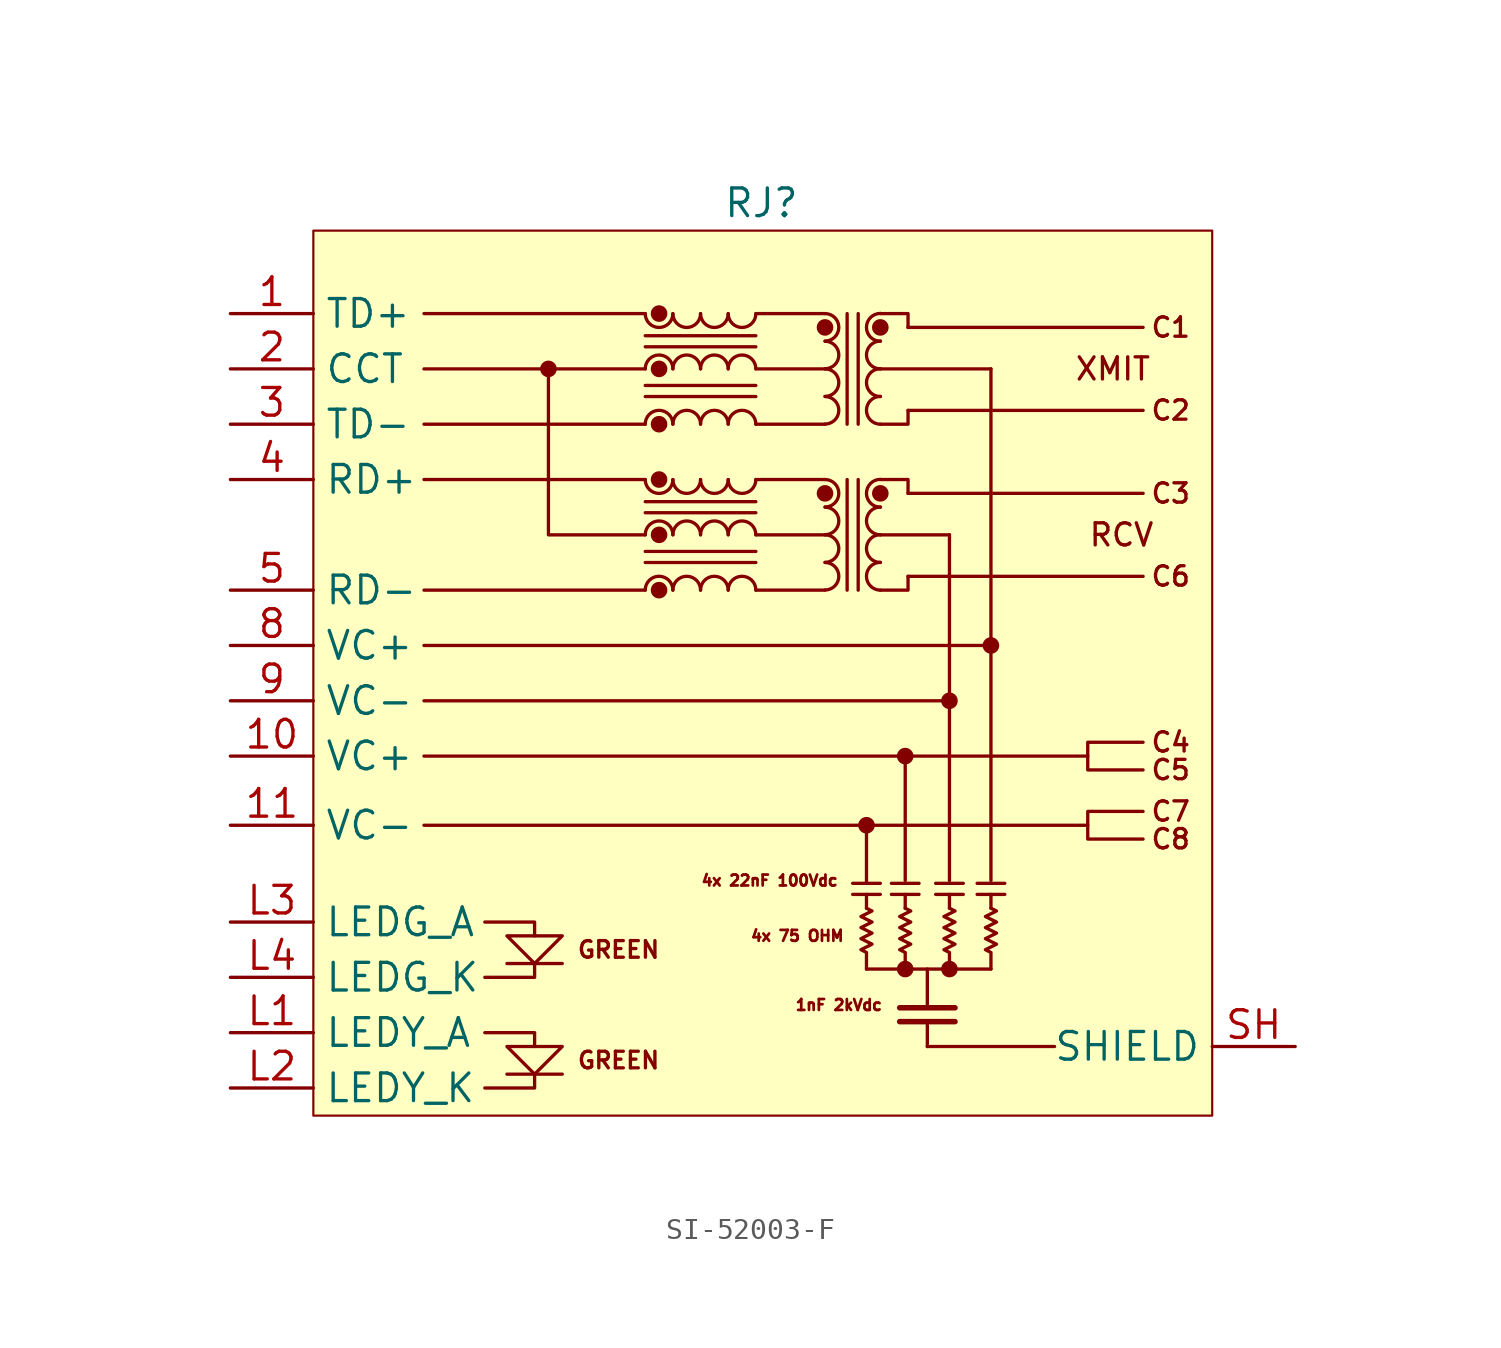
<source format=kicad_sym>
(kicad_symbol_lib
  (version 20220914)
  (generator kicad_symbol_editor)
  (symbol "SI-52003-F"
    (property "Reference" "RJ"
      (at 0.254 22.225 0)
      (effects (font (size 1.27 1.27))))
    (property "Value" ""
      (at -25.4 16.51 0)
      (effects (font (size 1.27 1.27))))
    (symbol "SI-52003-F_0_0"
      (circle (center -9.525 14.605) (radius 0.254) (stroke (width 0.254) (type default)) (fill (type outline)))
      (circle (center -4.445 4.445) (radius 0.254) (stroke (width 0.254) (type default)) (fill (type outline)))
      (circle (center -4.445 6.985) (radius 0.254) (stroke (width 0.254) (type default)) (fill (type outline)))
      (circle (center -4.445 9.525) (radius 0.254) (stroke (width 0.254) (type default)) (fill (type outline)))
      (circle (center -4.445 12.065) (radius 0.254) (stroke (width 0.254) (type default)) (fill (type outline)))
      (circle (center -4.445 14.605) (radius 0.254) (stroke (width 0.254) (type default)) (fill (type outline)))
      (circle (center -4.445 17.145) (radius 0.254) (stroke (width 0.254) (type default)) (fill (type outline)))
      (polyline (pts (xy -8.89 -17.78) (xy -11.43 -17.78)) (stroke (width 0) (type default)) (fill (type none)))
      (polyline (pts (xy -8.89 -12.7) (xy -11.43 -12.7)) (stroke (width 0) (type default)) (fill (type none)))
      (polyline (pts (xy 9.144 -15.367) (xy 6.604 -15.367)) (stroke (width 0.254) (type default)) (fill (type none)))
      (polyline (pts (xy 9.144 -14.732) (xy 6.604 -14.732)) (stroke (width 0.254) (type default)) (fill (type none)))
      (polyline (pts (xy -12.446 -18.415) (xy -10.16 -18.415) (xy -10.16 -17.78)) (stroke (width 0) (type default)) (fill (type none)))
      (polyline (pts (xy -12.446 -15.875) (xy -10.16 -15.875) (xy -10.16 -16.51)) (stroke (width 0) (type default)) (fill (type none)))
      (polyline (pts (xy -12.446 -10.795) (xy -10.16 -10.795) (xy -10.16 -11.43)) (stroke (width 0) (type default)) (fill (type none)))
      (polyline (pts (xy -10.16 -12.7) (xy -10.16 -13.335) (xy -12.446 -13.335)) (stroke (width 0) (type default)) (fill (type none)))
      (polyline (pts (xy -11.43 -11.43) (xy -8.89 -11.43) (xy -10.16 -12.7) (xy -11.43 -11.43)) (stroke (width 0) (type default)) (fill (type none)))
      (polyline (pts (xy -8.89 -16.51) (xy -11.43 -16.51) (xy -10.16 -17.78) (xy -8.89 -16.51)) (stroke (width 0) (type default)) (fill (type none)))
      (polyline (pts (xy 17.78 -5.715) (xy 15.24 -5.715) (xy 15.24 -6.985) (xy 17.78 -6.985)) (stroke (width 0) (type default)) (fill (type none)))
      (polyline (pts (xy 17.78 -2.54) (xy 15.24 -2.54) (xy 15.24 -3.81) (xy 17.78 -3.81)) (stroke (width 0) (type default)) (fill (type none)))
      (circle (center 3.175 8.89) (radius 0.254) (stroke (width 0.254) (type default)) (fill (type outline)))
      (circle (center 3.175 16.51) (radius 0.254) (stroke (width 0.254) (type default)) (fill (type outline)))
      (circle (center 5.08 -6.35) (radius 0.254) (stroke (width 0.254) (type default)) (fill (type outline)))
      (circle (center 5.715 8.89) (radius 0.254) (stroke (width 0.254) (type default)) (fill (type outline)))
      (circle (center 5.715 16.51) (radius 0.254) (stroke (width 0.254) (type default)) (fill (type outline)))
      (circle (center 6.858 -12.954) (radius 0.254) (stroke (width 0.254) (type default)) (fill (type outline)))
      (circle (center 6.858 -3.175) (radius 0.254) (stroke (width 0.254) (type default)) (fill (type outline)))
      (circle (center 8.89 -12.954) (radius 0.254) (stroke (width 0.254) (type default)) (fill (type outline)))
      (circle (center 8.89 -0.635) (radius 0.254) (stroke (width 0.254) (type default)) (fill (type outline)))
      (circle (center 10.795 1.905) (radius 0.254) (stroke (width 0.254) (type default)) (fill (type outline)))
      (text "C1" (at 19.05 16.51 0) (effects (font (size 0.889 0.889))))
      (text "C2" (at 19.05 12.7 0) (effects (font (size 0.889 0.889))))
      (text "C3" (at 19.05 8.89 0) (effects (font (size 0.889 0.889))))
      (text "C4" (at 19.05 -2.54 0) (effects (font (size 0.889 0.889))))
      (text "C5" (at 19.05 -3.81 0) (effects (font (size 0.889 0.889))))
      (text "C6" (at 19.05 5.08 0) (effects (font (size 0.889 0.889))))
      (text "C7" (at 19.05 -5.715 0) (effects (font (size 0.889 0.889))))
      (text "C8" (at 19.05 -6.985 0) (effects (font (size 0.889 0.889))))
      (text "GREEN" (at -8.255 -17.145 0) (effects (font (size 0.762 0.762)) (justify left)))
      (text "GREEN" (at -8.255 -12.065 0) (effects (font (size 0.762 0.762)) (justify left)))
      (text "RCV" (at 15.24 6.985 0) (effects (font (size 1.016 1.016)) (justify left)))
      (text "XMIT" (at 14.605 14.605 0) (effects (font (size 1.016 1.016)) (justify left))))
    (symbol "SI-52003-F_0_1"
      (arc (start -5.08 9.5223) (mid -4.445 8.89) (end -3.81 9.5223) (stroke (width 0) (type default)) (fill (type none)))
      (arc (start -5.08 17.1423) (mid -4.445 16.51) (end -3.81 17.1423) (stroke (width 0) (type default)) (fill (type none)))
      (arc (start -3.81 4.4477) (mid -4.445 5.08) (end -5.08 4.4477) (stroke (width 0) (type default)) (fill (type none)))
      (arc (start -3.81 6.9877) (mid -4.445 7.62) (end -5.08 6.9877) (stroke (width 0) (type default)) (fill (type none)))
      (arc (start -3.81 9.5223) (mid -3.175 8.89) (end -2.54 9.5223) (stroke (width 0) (type default)) (fill (type none)))
      (arc (start -3.81 12.0677) (mid -4.445 12.7) (end -5.08 12.0677) (stroke (width 0) (type default)) (fill (type none)))
      (arc (start -3.81 14.6077) (mid -4.445 15.24) (end -5.08 14.6077) (stroke (width 0) (type default)) (fill (type none)))
      (arc (start -3.81 17.1423) (mid -3.175 16.51) (end -2.54 17.1423) (stroke (width 0) (type default)) (fill (type none)))
      (arc (start -2.54 4.4477) (mid -3.175 5.08) (end -3.81 4.4477) (stroke (width 0) (type default)) (fill (type none)))
      (arc (start -2.54 6.9877) (mid -3.175 7.62) (end -3.81 6.9877) (stroke (width 0) (type default)) (fill (type none)))
      (arc (start -2.54 9.5223) (mid -1.905 8.89) (end -1.27 9.5223) (stroke (width 0) (type default)) (fill (type none)))
      (arc (start -2.54 12.0677) (mid -3.175 12.7) (end -3.81 12.0677) (stroke (width 0) (type default)) (fill (type none)))
      (arc (start -2.54 14.6077) (mid -3.175 15.24) (end -3.81 14.6077) (stroke (width 0) (type default)) (fill (type none)))
      (arc (start -2.54 17.1423) (mid -1.905 16.51) (end -1.27 17.1423) (stroke (width 0) (type default)) (fill (type none)))
      (arc (start -1.27 4.4477) (mid -1.905 5.08) (end -2.54 4.4477) (stroke (width 0) (type default)) (fill (type none)))
      (arc (start -1.27 6.9877) (mid -1.905 7.62) (end -2.54 6.9877) (stroke (width 0) (type default)) (fill (type none)))
      (arc (start -1.27 9.5223) (mid -0.635 8.89) (end 0 9.5223) (stroke (width 0) (type default)) (fill (type none)))
      (arc (start -1.27 12.0677) (mid -1.905 12.7) (end -2.54 12.0677) (stroke (width 0) (type default)) (fill (type none)))
      (arc (start -1.27 14.6077) (mid -1.905 15.24) (end -2.54 14.6077) (stroke (width 0) (type default)) (fill (type none)))
      (arc (start -1.27 17.1423) (mid -0.635 16.51) (end 0 17.1423) (stroke (width 0) (type default)) (fill (type none)))
      (polyline (pts (xy 3.178 4.445) (xy 0 4.445)) (stroke (width 0) (type default)) (fill (type none)))
      (polyline (pts (xy 3.178 6.985) (xy 0 6.985)) (stroke (width 0) (type default)) (fill (type none)))
      (polyline (pts (xy 3.178 9.525) (xy 0 9.525)) (stroke (width 0) (type default)) (fill (type none)))
      (polyline (pts (xy 3.178 12.065) (xy 0 12.065)) (stroke (width 0) (type default)) (fill (type none)))
      (polyline (pts (xy 3.178 14.605) (xy 0 14.605)) (stroke (width 0) (type default)) (fill (type none)))
      (polyline (pts (xy 3.178 17.145) (xy 0 17.145)) (stroke (width 0) (type default)) (fill (type none)))
      (polyline (pts (xy 6.985 5.08) (xy 17.783 5.08)) (stroke (width 0) (type default)) (fill (type none)))
      (polyline (pts (xy 6.985 8.89) (xy 17.783 8.89)) (stroke (width 0) (type default)) (fill (type none)))
      (polyline (pts (xy 6.985 12.7) (xy 17.783 12.7)) (stroke (width 0) (type default)) (fill (type none)))
      (polyline (pts (xy 6.985 16.51) (xy 17.783 16.51)) (stroke (width 0) (type default)) (fill (type none)))
      (polyline (pts (xy 8.89 6.985) (xy 5.718 6.985)) (stroke (width 0) (type default)) (fill (type none)))
      (polyline (pts (xy 10.795 14.605) (xy 5.718 14.605)) (stroke (width 0) (type default)) (fill (type none)))
      (polyline (pts (xy 5.718 9.525) (xy 6.988 9.525) (xy 6.988 8.89)) (stroke (width 0) (type default)) (fill (type none)))
      (polyline (pts (xy 5.718 17.145) (xy 6.988 17.145) (xy 6.988 16.51)) (stroke (width 0) (type default)) (fill (type none)))
      (polyline (pts (xy 6.988 5.08) (xy 6.988 4.445) (xy 5.718 4.445)) (stroke (width 0) (type default)) (fill (type none)))
      (polyline (pts (xy 6.988 12.7) (xy 6.988 12.065) (xy 5.718 12.065)) (stroke (width 0) (type default)) (fill (type none)))
      (arc (start 0 4.4477) (mid -0.635 5.08) (end -1.27 4.4477) (stroke (width 0) (type default)) (fill (type none)))
      (arc (start 0 6.9877) (mid -0.635 7.62) (end -1.27 6.9877) (stroke (width 0) (type default)) (fill (type none)))
      (arc (start 0 12.0677) (mid -0.635 12.7) (end -1.27 12.0677) (stroke (width 0) (type default)) (fill (type none)))
      (arc (start 0 14.6077) (mid -0.635 15.24) (end -1.27 14.6077) (stroke (width 0) (type default)) (fill (type none)))
      (arc (start 3.1777 4.445) (mid 3.81 5.08) (end 3.1777 5.715) (stroke (width 0) (type default)) (fill (type none)))
      (arc (start 3.1777 5.715) (mid 3.81 6.35) (end 3.1777 6.985) (stroke (width 0) (type default)) (fill (type none)))
      (arc (start 3.1777 6.985) (mid 3.81 7.62) (end 3.1777 8.255) (stroke (width 0) (type default)) (fill (type none)))
      (arc (start 3.1777 8.255) (mid 3.81 8.89) (end 3.1777 9.525) (stroke (width 0) (type default)) (fill (type none)))
      (arc (start 3.1777 12.065) (mid 3.81 12.7) (end 3.1777 13.335) (stroke (width 0) (type default)) (fill (type none)))
      (arc (start 3.1777 13.335) (mid 3.81 13.97) (end 3.1777 14.605) (stroke (width 0) (type default)) (fill (type none)))
      (arc (start 3.1777 14.605) (mid 3.81 15.24) (end 3.1777 15.875) (stroke (width 0) (type default)) (fill (type none)))
      (arc (start 3.1777 15.875) (mid 3.81 16.51) (end 3.1777 17.145) (stroke (width 0) (type default)) (fill (type none)))
      (arc (start 5.7177 5.715) (mid 5.085 5.08) (end 5.7177 4.445) (stroke (width 0) (type default)) (fill (type none)))
      (arc (start 5.7177 6.985) (mid 5.085 6.35) (end 5.7177 5.715) (stroke (width 0) (type default)) (fill (type none)))
      (arc (start 5.7177 8.255) (mid 5.085 7.62) (end 5.7177 6.985) (stroke (width 0) (type default)) (fill (type none)))
      (arc (start 5.7177 9.525) (mid 5.085 8.89) (end 5.7177 8.255) (stroke (width 0) (type default)) (fill (type none)))
      (arc (start 5.7177 13.335) (mid 5.085 12.7) (end 5.7177 12.065) (stroke (width 0) (type default)) (fill (type none)))
      (arc (start 5.7177 14.605) (mid 5.085 13.97) (end 5.7177 13.335) (stroke (width 0) (type default)) (fill (type none)))
      (arc (start 5.7177 15.875) (mid 5.085 15.24) (end 5.7177 14.605) (stroke (width 0) (type default)) (fill (type none)))
      (arc (start 5.7177 17.145) (mid 5.085 16.51) (end 5.7177 15.875) (stroke (width 0) (type default)) (fill (type none))))
    (symbol "SI-52003-F_1_1"
      (rectangle (start -20.32 20.955) (end 20.955 -19.685) (stroke (width 0.1) (type solid)) (fill (type background)))
      (polyline (pts (xy -15.24 -6.35) (xy 15.24 -6.35)) (stroke (width 0) (type default)) (fill (type none)))
      (polyline (pts (xy -15.24 -3.175) (xy 15.24 -3.175)) (stroke (width 0) (type default)) (fill (type none)))
      (polyline (pts (xy -15.24 -0.635) (xy 8.89 -0.635)) (stroke (width 0) (type default)) (fill (type none)))
      (polyline (pts (xy -15.24 1.905) (xy 10.795 1.905)) (stroke (width 0) (type default)) (fill (type none)))
      (polyline (pts (xy -5.08 4.445) (xy -15.24 4.445)) (stroke (width 0) (type default)) (fill (type none)))
      (polyline (pts (xy -5.08 5.715) (xy 0 5.715)) (stroke (width 0) (type default)) (fill (type none)))
      (polyline (pts (xy -5.08 6.223) (xy 0 6.223)) (stroke (width 0) (type default)) (fill (type none)))
      (polyline (pts (xy -5.08 8.001) (xy 0 8.001)) (stroke (width 0) (type default)) (fill (type none)))
      (polyline (pts (xy -5.08 8.509) (xy 0 8.509)) (stroke (width 0) (type default)) (fill (type none)))
      (polyline (pts (xy -5.08 9.525) (xy -15.24 9.525)) (stroke (width 0) (type default)) (fill (type none)))
      (polyline (pts (xy -5.08 12.065) (xy -15.24 12.065)) (stroke (width 0) (type default)) (fill (type none)))
      (polyline (pts (xy -5.08 13.335) (xy 0 13.335)) (stroke (width 0) (type default)) (fill (type none)))
      (polyline (pts (xy -5.08 13.843) (xy 0 13.843)) (stroke (width 0) (type default)) (fill (type none)))
      (polyline (pts (xy -5.08 14.605) (xy -15.24 14.605)) (stroke (width 0) (type default)) (fill (type none)))
      (polyline (pts (xy -5.08 15.621) (xy 0 15.621)) (stroke (width 0) (type default)) (fill (type none)))
      (polyline (pts (xy -5.08 16.129) (xy 0 16.129)) (stroke (width 0) (type default)) (fill (type none)))
      (polyline (pts (xy -5.08 17.145) (xy -15.24 17.145)) (stroke (width 0) (type default)) (fill (type none)))
      (polyline (pts (xy 4.191 9.525) (xy 4.191 4.445)) (stroke (width 0) (type default)) (fill (type none)))
      (polyline (pts (xy 4.191 17.145) (xy 4.191 12.065)) (stroke (width 0) (type default)) (fill (type none)))
      (polyline (pts (xy 4.445 -9.525) (xy 5.715 -9.525)) (stroke (width 0) (type default)) (fill (type none)))
      (polyline (pts (xy 4.445 -9.017) (xy 5.715 -9.017)) (stroke (width 0) (type default)) (fill (type none)))
      (polyline (pts (xy 4.699 9.525) (xy 4.699 4.445)) (stroke (width 0) (type default)) (fill (type none)))
      (polyline (pts (xy 4.699 17.145) (xy 4.699 12.065)) (stroke (width 0) (type default)) (fill (type none)))
      (polyline (pts (xy 5.08 -12.954) (xy 10.795 -12.954)) (stroke (width 0) (type default)) (fill (type none)))
      (polyline (pts (xy 5.08 -9.525) (xy 5.08 -10.16)) (stroke (width 0) (type default)) (fill (type none)))
      (polyline (pts (xy 5.08 -9.017) (xy 5.08 -6.35)) (stroke (width 0) (type default)) (fill (type none)))
      (polyline (pts (xy 6.223 -9.525) (xy 7.493 -9.525)) (stroke (width 0) (type default)) (fill (type none)))
      (polyline (pts (xy 6.223 -9.017) (xy 7.493 -9.017)) (stroke (width 0) (type default)) (fill (type none)))
      (polyline (pts (xy 6.858 -9.525) (xy 6.858 -10.16)) (stroke (width 0) (type default)) (fill (type none)))
      (polyline (pts (xy 6.858 -8.89) (xy 6.858 -3.175)) (stroke (width 0) (type default)) (fill (type none)))
      (polyline (pts (xy 7.874 -16.51) (xy 13.716 -16.51)) (stroke (width 0) (type default)) (fill (type none)))
      (polyline (pts (xy 7.874 -15.367) (xy 7.874 -16.51)) (stroke (width 0) (type default)) (fill (type none)))
      (polyline (pts (xy 7.874 -12.954) (xy 7.874 -14.732)) (stroke (width 0) (type default)) (fill (type none)))
      (polyline (pts (xy 8.255 -9.525) (xy 9.525 -9.525)) (stroke (width 0) (type default)) (fill (type none)))
      (polyline (pts (xy 8.255 -9.017) (xy 9.525 -9.017)) (stroke (width 0) (type default)) (fill (type none)))
      (polyline (pts (xy 8.89 -9.525) (xy 8.89 -10.16)) (stroke (width 0) (type default)) (fill (type none)))
      (polyline (pts (xy 8.89 6.985) (xy 8.89 -8.89)) (stroke (width 0) (type default)) (fill (type none)))
      (polyline (pts (xy 10.16 -9.525) (xy 11.43 -9.525)) (stroke (width 0) (type default)) (fill (type none)))
      (polyline (pts (xy 10.16 -9.017) (xy 11.43 -9.017)) (stroke (width 0) (type default)) (fill (type none)))
      (polyline (pts (xy 10.795 -9.525) (xy 10.795 -10.16)) (stroke (width 0) (type default)) (fill (type none)))
      (polyline (pts (xy 10.795 14.605) (xy 10.795 -8.89)) (stroke (width 0) (type default)) (fill (type none)))
      (polyline (pts (xy -5.08 6.985) (xy -9.525 6.985) (xy -9.525 14.605)) (stroke (width 0) (type default)) (fill (type none)))
      (polyline (pts (xy 5.08 -10.16) (xy 5.334 -10.287) (xy 4.826 -10.541) (xy 5.334 -10.795) (xy 4.826 -11.049) (xy 5.334 -11.303) (xy 4.826 -11.557) (xy 5.334 -11.811) (xy 4.826 -12.065) (xy 5.08 -12.192) (xy 5.08 -12.954)) (stroke (width 0) (type default)) (fill (type none)))
      (polyline (pts (xy 6.858 -10.16) (xy 7.112 -10.287) (xy 6.604 -10.541) (xy 7.112 -10.795) (xy 6.604 -11.049) (xy 7.112 -11.303) (xy 6.604 -11.557) (xy 7.112 -11.811) (xy 6.604 -12.065) (xy 6.858 -12.192) (xy 6.858 -12.954)) (stroke (width 0) (type default)) (fill (type none)))
      (polyline (pts (xy 8.89 -10.16) (xy 9.144 -10.287) (xy 8.636 -10.541) (xy 9.144 -10.795) (xy 8.636 -11.049) (xy 9.144 -11.303) (xy 8.636 -11.557) (xy 9.144 -11.811) (xy 8.636 -12.065) (xy 8.89 -12.192) (xy 8.89 -12.954)) (stroke (width 0) (type default)) (fill (type none)))
      (polyline (pts (xy 10.795 -10.16) (xy 11.049 -10.287) (xy 10.541 -10.541) (xy 11.049 -10.795) (xy 10.541 -11.049) (xy 11.049 -11.303) (xy 10.541 -11.557) (xy 11.049 -11.811) (xy 10.541 -12.065) (xy 10.795 -12.192) (xy 10.795 -12.954)) (stroke (width 0) (type default)) (fill (type none)))
      (text "1nF 2kVdc" (at 3.81 -14.605 0) (effects (font (size 0.5 0.5))))
      (text "4x 22nF 100Vdc" (at 0.635 -8.89 0) (effects (font (size 0.5 0.5))))
      (text "4x 75 OHM" (at 1.905 -11.43 0) (effects (font (size 0.5 0.5))))
      (pin passive line (at -24.13 17.145 0) (length 3.81) (name "TD+" (effects (font (size 1.27 1.27)))) (number "1" (effects (font (size 1.27 1.27)))))
      (pin passive line (at -24.13 -3.175 0) (length 3.81) (name "VC+" (effects (font (size 1.27 1.27)))) (number "10" (effects (font (size 1.27 1.27)))))
      (pin passive line (at -24.13 -6.35 0) (length 3.81) (name "VC-" (effects (font (size 1.27 1.27)))) (number "11" (effects (font (size 1.27 1.27)))))
      (pin passive line (at -24.13 14.605 0) (length 3.81) (name "CCT" (effects (font (size 1.27 1.27)))) (number "2" (effects (font (size 1.27 1.27)))))
      (pin passive line (at -24.13 12.065 0) (length 3.81) (name "TD-" (effects (font (size 1.27 1.27)))) (number "3" (effects (font (size 1.27 1.27)))))
      (pin passive line (at -24.13 9.525 0) (length 3.81) (name "RD+" (effects (font (size 1.27 1.27)))) (number "4" (effects (font (size 1.27 1.27)))))
      (pin passive line (at -24.13 4.445 0) (length 3.81) (name "RD-" (effects (font (size 1.27 1.27)))) (number "5" (effects (font (size 1.27 1.27)))))
      (pin no_connect line (at 22.098 2.794 0) (length 0) hide (name "NC" (effects (font (size 1.27 1.27)))) (number "6" (effects (font (size 1.27 1.27)))))
      (pin no_connect line (at 22.098 -0.381 0) (length 0) hide (name "NC" (effects (font (size 1.27 1.27)))) (number "7" (effects (font (size 1.27 1.27)))))
      (pin passive line (at -24.13 1.905 0) (length 3.81) (name "VC+" (effects (font (size 1.27 1.27)))) (number "8" (effects (font (size 1.27 1.27)))))
      (pin passive line (at -24.13 -0.635 0) (length 3.81) (name "VC-" (effects (font (size 1.27 1.27)))) (number "9" (effects (font (size 1.27 1.27)))))
      (pin passive line (at -24.13 -15.875 0) (length 3.81) (name "LEDY_A" (effects (font (size 1.27 1.27)))) (number "L1" (effects (font (size 1.27 1.27)))))
      (pin passive line (at -24.13 -18.415 0) (length 3.81) (name "LEDY_K" (effects (font (size 1.27 1.27)))) (number "L2" (effects (font (size 1.27 1.27)))))
      (pin passive line (at -24.13 -10.795 0) (length 3.81) (name "LEDG_A" (effects (font (size 1.27 1.27)))) (number "L3" (effects (font (size 1.27 1.27)))))
      (pin passive line (at -24.13 -13.335 0) (length 3.81) (name "LEDG_K" (effects (font (size 1.27 1.27)))) (number "L4" (effects (font (size 1.27 1.27)))))
      (pin power_in line (at 24.765 -16.51 180) (length 3.81) (name "SHIELD" (effects (font (size 1.27 1.27)))) (number "SH" (effects (font (size 1.27 1.27))))))))
</source>
